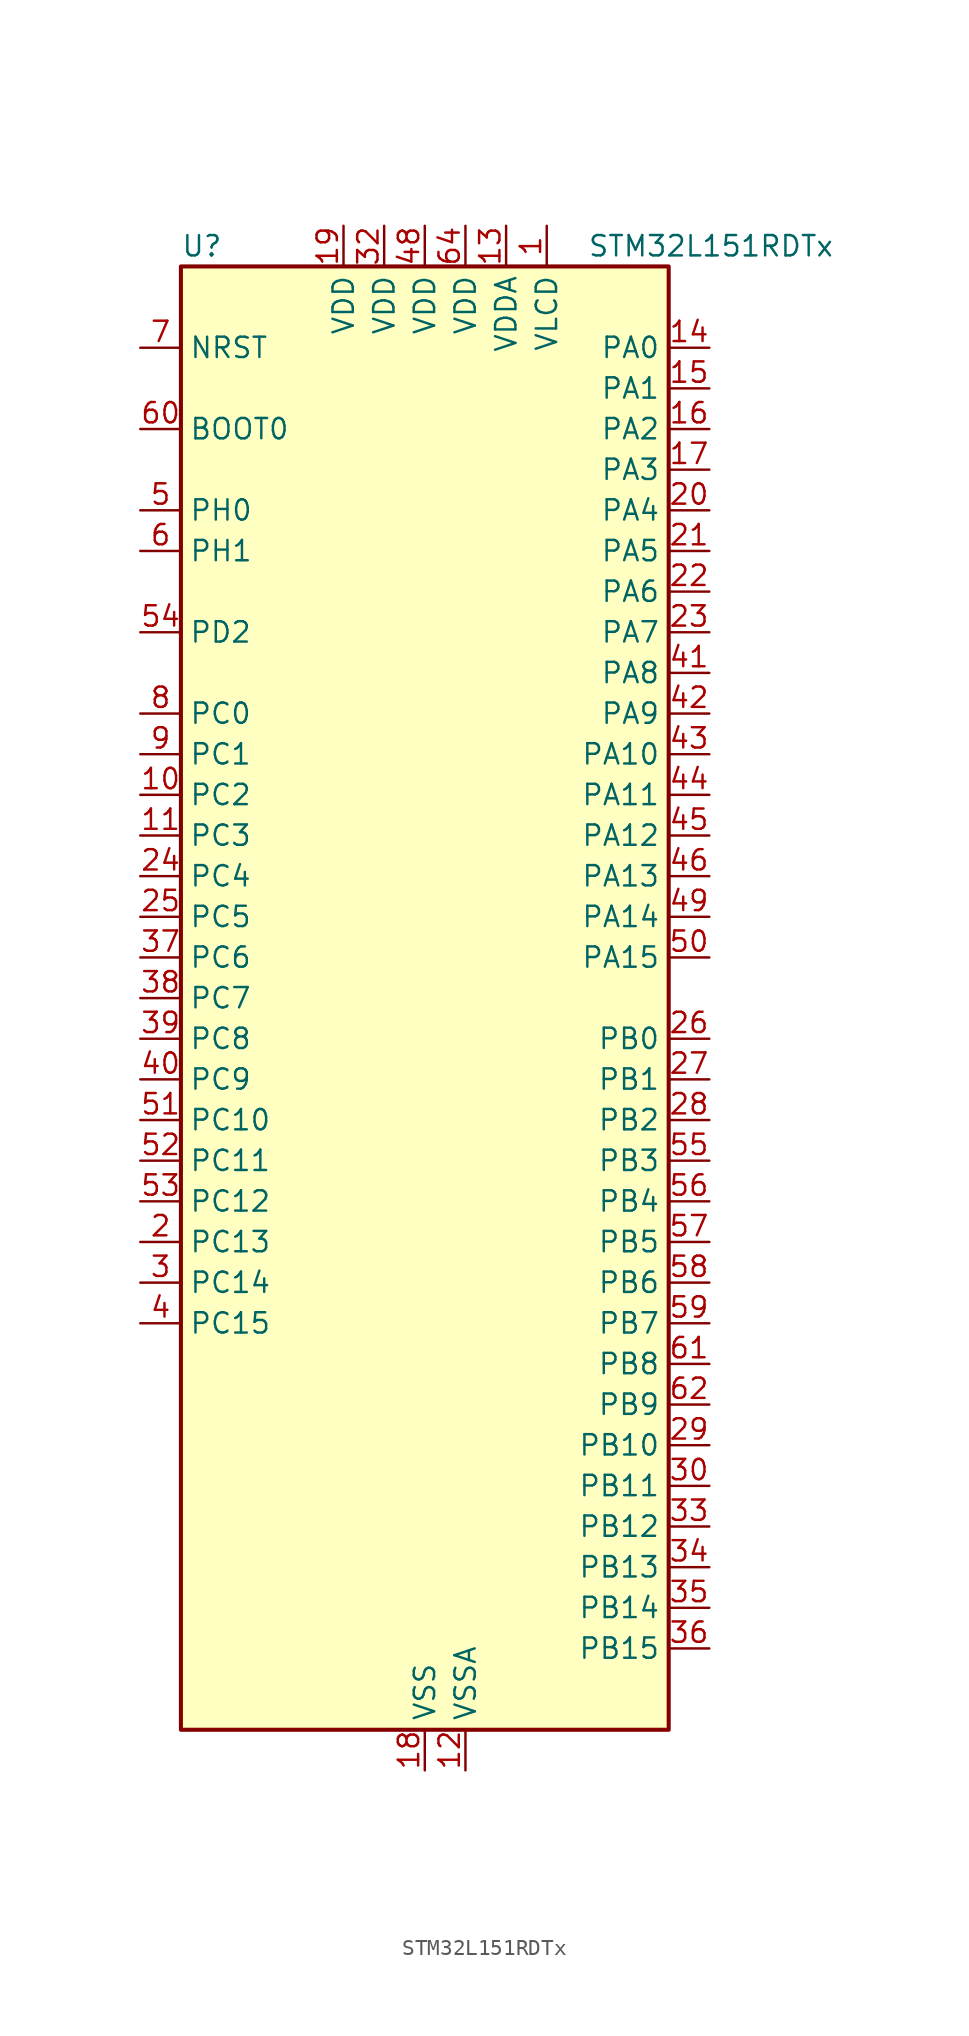
<source format=kicad_sym>
(kicad_symbol_lib
  (version 20241209)
  (generator "kicad_symbol_editor")
  (generator_version "9.0")
  (symbol "STM32L151RDTx"
    (property "Reference" "U"
      (at -15.24 46.99 0)
      (effects (font (size 1.27 1.27)) (justify left)))
    (property "Value" "STM32L151RDTx"
      (at 10.16 46.99 0)
      (effects (font (size 1.27 1.27)) (justify left)))
    (symbol "STM32L151RDTx_0_1"
      (rectangle (start -15.24 -45.72) (end 15.24 45.72) (stroke (width 0.254) (type default)) (fill (type background))))
    (symbol "STM32L151RDTx_1_1"
      (pin input line (at -17.78 40.64 0) (length 2.54) (name "NRST" (effects (font (size 1.27 1.27)))) (number "7" (effects (font (size 1.27 1.27)))))
      (pin input line (at -17.78 35.56 0) (length 2.54) (name "BOOT0" (effects (font (size 1.27 1.27)))) (number "60" (effects (font (size 1.27 1.27)))))
      (pin bidirectional line (at -17.78 30.48 0) (length 2.54) (name "PH0" (effects (font (size 1.27 1.27)))) (number "5" (effects (font (size 1.27 1.27)))) (alternate "RCC_OSC_IN" bidirectional line))
      (pin bidirectional line (at -17.78 27.94 0) (length 2.54) (name "PH1" (effects (font (size 1.27 1.27)))) (number "6" (effects (font (size 1.27 1.27)))) (alternate "RCC_OSC_OUT" bidirectional line))
      (pin bidirectional line (at -17.78 22.86 0) (length 2.54) (name "PD2" (effects (font (size 1.27 1.27)))) (number "54" (effects (font (size 1.27 1.27)))) (alternate "SDIO_CMD" bidirectional line) (alternate "TIM3_ETR" bidirectional line) (alternate "TIMX_IC3" bidirectional line) (alternate "UART5_RX" bidirectional line))
      (pin bidirectional line (at -17.78 17.78 0) (length 2.54) (name "PC0" (effects (font (size 1.27 1.27)))) (number "8" (effects (font (size 1.27 1.27)))) (alternate "ADC_IN10" bidirectional line) (alternate "COMP1_INP" bidirectional line) (alternate "TIMX_IC1" bidirectional line) (alternate "TS_G8_IO1" bidirectional line))
      (pin bidirectional line (at -17.78 15.24 0) (length 2.54) (name "PC1" (effects (font (size 1.27 1.27)))) (number "9" (effects (font (size 1.27 1.27)))) (alternate "ADC_IN11" bidirectional line) (alternate "COMP1_INP" bidirectional line) (alternate "OPAMP3_VINP" bidirectional line) (alternate "TIMX_IC2" bidirectional line) (alternate "TS_G8_IO2" bidirectional line))
      (pin bidirectional line (at -17.78 12.7 0) (length 2.54) (name "PC2" (effects (font (size 1.27 1.27)))) (number "10" (effects (font (size 1.27 1.27)))) (alternate "ADC_IN12" bidirectional line) (alternate "COMP1_INP" bidirectional line) (alternate "OPAMP3_VINM" bidirectional line) (alternate "TIMX_IC3" bidirectional line) (alternate "TS_G8_IO3" bidirectional line))
      (pin bidirectional line (at -17.78 10.16 0) (length 2.54) (name "PC3" (effects (font (size 1.27 1.27)))) (number "11" (effects (font (size 1.27 1.27)))) (alternate "ADC_IN13" bidirectional line) (alternate "COMP1_INP" bidirectional line) (alternate "OPAMP3_VOUT" bidirectional line) (alternate "TIMX_IC4" bidirectional line) (alternate "TS_G8_IO4" bidirectional line))
      (pin bidirectional line (at -17.78 7.62 0) (length 2.54) (name "PC4" (effects (font (size 1.27 1.27)))) (number "24" (effects (font (size 1.27 1.27)))) (alternate "ADC_IN14" bidirectional line) (alternate "COMP1_INP" bidirectional line) (alternate "TIMX_IC1" bidirectional line) (alternate "TS_G9_IO1" bidirectional line))
      (pin bidirectional line (at -17.78 5.08 0) (length 2.54) (name "PC5" (effects (font (size 1.27 1.27)))) (number "25" (effects (font (size 1.27 1.27)))) (alternate "ADC_IN15" bidirectional line) (alternate "COMP1_INP" bidirectional line) (alternate "TIMX_IC2" bidirectional line) (alternate "TS_G9_IO2" bidirectional line))
      (pin bidirectional line (at -17.78 2.54 0) (length 2.54) (name "PC6" (effects (font (size 1.27 1.27)))) (number "37" (effects (font (size 1.27 1.27)))) (alternate "I2S2_MCK" bidirectional line) (alternate "SDIO_D6" bidirectional line) (alternate "TIM3_CH1" bidirectional line) (alternate "TIMX_IC3" bidirectional line) (alternate "TS_G10_IO1" bidirectional line))
      (pin bidirectional line (at -17.78 0 0) (length 2.54) (name "PC7" (effects (font (size 1.27 1.27)))) (number "38" (effects (font (size 1.27 1.27)))) (alternate "I2S3_MCK" bidirectional line) (alternate "SDIO_D7" bidirectional line) (alternate "TIM3_CH2" bidirectional line) (alternate "TIMX_IC4" bidirectional line) (alternate "TS_G10_IO2" bidirectional line))
      (pin bidirectional line (at -17.78 -2.54 0) (length 2.54) (name "PC8" (effects (font (size 1.27 1.27)))) (number "39" (effects (font (size 1.27 1.27)))) (alternate "SDIO_D0" bidirectional line) (alternate "TIM3_CH3" bidirectional line) (alternate "TIMX_IC1" bidirectional line) (alternate "TS_G10_IO3" bidirectional line))
      (pin bidirectional line (at -17.78 -5.08 0) (length 2.54) (name "PC9" (effects (font (size 1.27 1.27)))) (number "40" (effects (font (size 1.27 1.27)))) (alternate "DAC_EXTI9" bidirectional line) (alternate "SDIO_D1" bidirectional line) (alternate "TIM3_CH4" bidirectional line) (alternate "TIMX_IC2" bidirectional line) (alternate "TS_G10_IO4" bidirectional line))
      (pin bidirectional line (at -17.78 -7.62 0) (length 2.54) (name "PC10" (effects (font (size 1.27 1.27)))) (number "51" (effects (font (size 1.27 1.27)))) (alternate "I2S3_CK" bidirectional line) (alternate "SDIO_D2" bidirectional line) (alternate "SPI3_SCK" bidirectional line) (alternate "TIMX_IC3" bidirectional line) (alternate "UART4_TX" bidirectional line) (alternate "USART3_TX" bidirectional line))
      (pin bidirectional line (at -17.78 -10.16 0) (length 2.54) (name "PC11" (effects (font (size 1.27 1.27)))) (number "52" (effects (font (size 1.27 1.27)))) (alternate "ADC_EXTI11" bidirectional line) (alternate "SDIO_D3" bidirectional line) (alternate "SPI3_MISO" bidirectional line) (alternate "TIMX_IC4" bidirectional line) (alternate "UART4_RX" bidirectional line) (alternate "USART3_RX" bidirectional line))
      (pin bidirectional line (at -17.78 -12.7 0) (length 2.54) (name "PC12" (effects (font (size 1.27 1.27)))) (number "53" (effects (font (size 1.27 1.27)))) (alternate "I2S3_SD" bidirectional line) (alternate "SDIO_CK" bidirectional line) (alternate "SPI3_MOSI" bidirectional line) (alternate "TIMX_IC1" bidirectional line) (alternate "UART5_TX" bidirectional line) (alternate "USART3_CK" bidirectional line))
      (pin bidirectional line (at -17.78 -15.24 0) (length 2.54) (name "PC13" (effects (font (size 1.27 1.27)))) (number "2" (effects (font (size 1.27 1.27)))) (alternate "RTC_OUT_ALARM" bidirectional line) (alternate "RTC_OUT_CALIB" bidirectional line) (alternate "RTC_TAMP1" bidirectional line) (alternate "RTC_TS" bidirectional line) (alternate "SYS_WKUP2" bidirectional line) (alternate "TIMX_IC2" bidirectional line))
      (pin bidirectional line (at -17.78 -17.78 0) (length 2.54) (name "PC14" (effects (font (size 1.27 1.27)))) (number "3" (effects (font (size 1.27 1.27)))) (alternate "RCC_OSC32_IN" bidirectional line) (alternate "TIMX_IC3" bidirectional line))
      (pin bidirectional line (at -17.78 -20.32 0) (length 2.54) (name "PC15" (effects (font (size 1.27 1.27)))) (number "4" (effects (font (size 1.27 1.27)))) (alternate "ADC_EXTI15" bidirectional line) (alternate "RCC_OSC32_OUT" bidirectional line) (alternate "TIMX_IC4" bidirectional line))
      (pin power_in line (at -5.08 48.26 270) (length 2.54) (name "VDD" (effects (font (size 1.27 1.27)))) (number "19" (effects (font (size 1.27 1.27)))))
      (pin power_in line (at -2.54 48.26 270) (length 2.54) (name "VDD" (effects (font (size 1.27 1.27)))) (number "32" (effects (font (size 1.27 1.27)))))
      (pin power_in line (at 0 48.26 270) (length 2.54) (name "VDD" (effects (font (size 1.27 1.27)))) (number "48" (effects (font (size 1.27 1.27)))))
      (pin power_in line (at 0 -48.26 90) (length 2.54) (name "VSS" (effects (font (size 1.27 1.27)))) (number "18" (effects (font (size 1.27 1.27)))))
      (pin passive line (at 0 -48.26 90) (length 2.54) (hide yes) (name "VSS" (effects (font (size 1.27 1.27)))) (number "31" (effects (font (size 1.27 1.27)))))
      (pin passive line (at 0 -48.26 90) (length 2.54) (hide yes) (name "VSS" (effects (font (size 1.27 1.27)))) (number "47" (effects (font (size 1.27 1.27)))))
      (pin passive line (at 0 -48.26 90) (length 2.54) (hide yes) (name "VSS" (effects (font (size 1.27 1.27)))) (number "63" (effects (font (size 1.27 1.27)))))
      (pin power_in line (at 2.54 48.26 270) (length 2.54) (name "VDD" (effects (font (size 1.27 1.27)))) (number "64" (effects (font (size 1.27 1.27)))))
      (pin power_in line (at 2.54 -48.26 90) (length 2.54) (name "VSSA" (effects (font (size 1.27 1.27)))) (number "12" (effects (font (size 1.27 1.27)))))
      (pin power_in line (at 5.08 48.26 270) (length 2.54) (name "VDDA" (effects (font (size 1.27 1.27)))) (number "13" (effects (font (size 1.27 1.27)))))
      (pin power_in line (at 7.62 48.26 270) (length 2.54) (name "VLCD" (effects (font (size 1.27 1.27)))) (number "1" (effects (font (size 1.27 1.27)))))
      (pin bidirectional line (at 17.78 40.64 180) (length 2.54) (name "PA0" (effects (font (size 1.27 1.27)))) (number "14" (effects (font (size 1.27 1.27)))) (alternate "ADC_IN0" bidirectional line) (alternate "COMP1_INP" bidirectional line) (alternate "RTC_TAMP2" bidirectional line) (alternate "SYS_WKUP1" bidirectional line) (alternate "TIM2_CH1" bidirectional line) (alternate "TIM2_ETR" bidirectional line) (alternate "TIM5_CH1" bidirectional line) (alternate "TIMX_IC1" bidirectional line) (alternate "TS_G1_IO1" bidirectional line) (alternate "USART2_CTS" bidirectional line))
      (pin bidirectional line (at 17.78 38.1 180) (length 2.54) (name "PA1" (effects (font (size 1.27 1.27)))) (number "15" (effects (font (size 1.27 1.27)))) (alternate "ADC_IN1" bidirectional line) (alternate "COMP1_INP" bidirectional line) (alternate "OPAMP1_VINP" bidirectional line) (alternate "TIM2_CH2" bidirectional line) (alternate "TIM5_CH2" bidirectional line) (alternate "TIMX_IC2" bidirectional line) (alternate "TS_G1_IO2" bidirectional line) (alternate "USART2_RTS" bidirectional line))
      (pin bidirectional line (at 17.78 35.56 180) (length 2.54) (name "PA2" (effects (font (size 1.27 1.27)))) (number "16" (effects (font (size 1.27 1.27)))) (alternate "ADC_IN2" bidirectional line) (alternate "COMP1_INP" bidirectional line) (alternate "OPAMP1_VINM" bidirectional line) (alternate "TIM2_CH3" bidirectional line) (alternate "TIM5_CH3" bidirectional line) (alternate "TIM9_CH1" bidirectional line) (alternate "TIMX_IC3" bidirectional line) (alternate "TS_G1_IO3" bidirectional line) (alternate "USART2_TX" bidirectional line))
      (pin bidirectional line (at 17.78 33.02 180) (length 2.54) (name "PA3" (effects (font (size 1.27 1.27)))) (number "17" (effects (font (size 1.27 1.27)))) (alternate "ADC_IN3" bidirectional line) (alternate "COMP1_INP" bidirectional line) (alternate "OPAMP1_VOUT" bidirectional line) (alternate "TIM2_CH4" bidirectional line) (alternate "TIM5_CH4" bidirectional line) (alternate "TIM9_CH2" bidirectional line) (alternate "TIMX_IC4" bidirectional line) (alternate "TS_G1_IO4" bidirectional line) (alternate "USART2_RX" bidirectional line))
      (pin bidirectional line (at 17.78 30.48 180) (length 2.54) (name "PA4" (effects (font (size 1.27 1.27)))) (number "20" (effects (font (size 1.27 1.27)))) (alternate "ADC_IN4" bidirectional line) (alternate "COMP1_INP" bidirectional line) (alternate "DAC_OUT1" bidirectional line) (alternate "I2S3_WS" bidirectional line) (alternate "SPI1_NSS" bidirectional line) (alternate "SPI3_NSS" bidirectional line) (alternate "TIMX_IC1" bidirectional line) (alternate "USART2_CK" bidirectional line))
      (pin bidirectional line (at 17.78 27.94 180) (length 2.54) (name "PA5" (effects (font (size 1.27 1.27)))) (number "21" (effects (font (size 1.27 1.27)))) (alternate "ADC_IN5" bidirectional line) (alternate "COMP1_INP" bidirectional line) (alternate "DAC_OUT2" bidirectional line) (alternate "SPI1_SCK" bidirectional line) (alternate "TIM2_CH1" bidirectional line) (alternate "TIM2_ETR" bidirectional line) (alternate "TIMX_IC2" bidirectional line))
      (pin bidirectional line (at 17.78 25.4 180) (length 2.54) (name "PA6" (effects (font (size 1.27 1.27)))) (number "22" (effects (font (size 1.27 1.27)))) (alternate "ADC_IN6" bidirectional line) (alternate "COMP1_INP" bidirectional line) (alternate "OPAMP2_VINP" bidirectional line) (alternate "SPI1_MISO" bidirectional line) (alternate "TIM10_CH1" bidirectional line) (alternate "TIM3_CH1" bidirectional line) (alternate "TIMX_IC3" bidirectional line) (alternate "TS_G2_IO1" bidirectional line))
      (pin bidirectional line (at 17.78 22.86 180) (length 2.54) (name "PA7" (effects (font (size 1.27 1.27)))) (number "23" (effects (font (size 1.27 1.27)))) (alternate "ADC_IN7" bidirectional line) (alternate "COMP1_INP" bidirectional line) (alternate "OPAMP2_VINM" bidirectional line) (alternate "SPI1_MOSI" bidirectional line) (alternate "TIM11_CH1" bidirectional line) (alternate "TIM3_CH2" bidirectional line) (alternate "TIMX_IC4" bidirectional line) (alternate "TS_G2_IO2" bidirectional line))
      (pin bidirectional line (at 17.78 20.32 180) (length 2.54) (name "PA8" (effects (font (size 1.27 1.27)))) (number "41" (effects (font (size 1.27 1.27)))) (alternate "RCC_MCO" bidirectional line) (alternate "TIMX_IC1" bidirectional line) (alternate "TS_G4_IO1" bidirectional line) (alternate "USART1_CK" bidirectional line))
      (pin bidirectional line (at 17.78 17.78 180) (length 2.54) (name "PA9" (effects (font (size 1.27 1.27)))) (number "42" (effects (font (size 1.27 1.27)))) (alternate "DAC_EXTI9" bidirectional line) (alternate "TIMX_IC2" bidirectional line) (alternate "TS_G4_IO2" bidirectional line) (alternate "USART1_TX" bidirectional line))
      (pin bidirectional line (at 17.78 15.24 180) (length 2.54) (name "PA10" (effects (font (size 1.27 1.27)))) (number "43" (effects (font (size 1.27 1.27)))) (alternate "TIMX_IC3" bidirectional line) (alternate "TS_G4_IO3" bidirectional line) (alternate "USART1_RX" bidirectional line))
      (pin bidirectional line (at 17.78 12.7 180) (length 2.54) (name "PA11" (effects (font (size 1.27 1.27)))) (number "44" (effects (font (size 1.27 1.27)))) (alternate "ADC_EXTI11" bidirectional line) (alternate "SPI1_MISO" bidirectional line) (alternate "TIMX_IC4" bidirectional line) (alternate "USART1_CTS" bidirectional line) (alternate "USB_DM" bidirectional line))
      (pin bidirectional line (at 17.78 10.16 180) (length 2.54) (name "PA12" (effects (font (size 1.27 1.27)))) (number "45" (effects (font (size 1.27 1.27)))) (alternate "SPI1_MOSI" bidirectional line) (alternate "TIMX_IC1" bidirectional line) (alternate "USART1_RTS" bidirectional line) (alternate "USB_DP" bidirectional line))
      (pin bidirectional line (at 17.78 7.62 180) (length 2.54) (name "PA13" (effects (font (size 1.27 1.27)))) (number "46" (effects (font (size 1.27 1.27)))) (alternate "SYS_JTMS-SWDIO" bidirectional line) (alternate "TIMX_IC2" bidirectional line) (alternate "TS_G5_IO1" bidirectional line))
      (pin bidirectional line (at 17.78 5.08 180) (length 2.54) (name "PA14" (effects (font (size 1.27 1.27)))) (number "49" (effects (font (size 1.27 1.27)))) (alternate "SYS_JTCK-SWCLK" bidirectional line) (alternate "TIMX_IC3" bidirectional line) (alternate "TS_G5_IO2" bidirectional line))
      (pin bidirectional line (at 17.78 2.54 180) (length 2.54) (name "PA15" (effects (font (size 1.27 1.27)))) (number "50" (effects (font (size 1.27 1.27)))) (alternate "ADC_EXTI15" bidirectional line) (alternate "I2S3_WS" bidirectional line) (alternate "SPI1_NSS" bidirectional line) (alternate "SPI3_NSS" bidirectional line) (alternate "SYS_JTDI" bidirectional line) (alternate "TIM2_CH1" bidirectional line) (alternate "TIM2_ETR" bidirectional line) (alternate "TIMX_IC4" bidirectional line) (alternate "TS_G5_IO3" bidirectional line))
      (pin bidirectional line (at 17.78 -2.54 180) (length 2.54) (name "PB0" (effects (font (size 1.27 1.27)))) (number "26" (effects (font (size 1.27 1.27)))) (alternate "ADC_IN8" bidirectional line) (alternate "COMP1_INP" bidirectional line) (alternate "OPAMP2_VOUT" bidirectional line) (alternate "SYS_V_REF_OUT" bidirectional line) (alternate "TIM3_CH3" bidirectional line) (alternate "TS_G3_IO1" bidirectional line))
      (pin bidirectional line (at 17.78 -5.08 180) (length 2.54) (name "PB1" (effects (font (size 1.27 1.27)))) (number "27" (effects (font (size 1.27 1.27)))) (alternate "ADC_IN9" bidirectional line) (alternate "COMP1_INP" bidirectional line) (alternate "SYS_V_REF_OUT" bidirectional line) (alternate "TIM3_CH4" bidirectional line) (alternate "TS_G3_IO2" bidirectional line))
      (pin bidirectional line (at 17.78 -7.62 180) (length 2.54) (name "PB2" (effects (font (size 1.27 1.27)))) (number "28" (effects (font (size 1.27 1.27)))) (alternate "TS_G3_IO3" bidirectional line))
      (pin bidirectional line (at 17.78 -10.16 180) (length 2.54) (name "PB3" (effects (font (size 1.27 1.27)))) (number "55" (effects (font (size 1.27 1.27)))) (alternate "COMP2_INM" bidirectional line) (alternate "I2S3_CK" bidirectional line) (alternate "SPI1_SCK" bidirectional line) (alternate "SPI3_SCK" bidirectional line) (alternate "SYS_JTDO-TRACESWO" bidirectional line) (alternate "TIM2_CH2" bidirectional line))
      (pin bidirectional line (at 17.78 -12.7 180) (length 2.54) (name "PB4" (effects (font (size 1.27 1.27)))) (number "56" (effects (font (size 1.27 1.27)))) (alternate "COMP2_INP" bidirectional line) (alternate "SPI1_MISO" bidirectional line) (alternate "SPI3_MISO" bidirectional line) (alternate "SYS_JTRST" bidirectional line) (alternate "TIM3_CH1" bidirectional line) (alternate "TS_G6_IO1" bidirectional line))
      (pin bidirectional line (at 17.78 -15.24 180) (length 2.54) (name "PB5" (effects (font (size 1.27 1.27)))) (number "57" (effects (font (size 1.27 1.27)))) (alternate "COMP2_INP" bidirectional line) (alternate "I2C1_SMBA" bidirectional line) (alternate "I2S3_SD" bidirectional line) (alternate "SPI1_MOSI" bidirectional line) (alternate "SPI3_MOSI" bidirectional line) (alternate "TIM3_CH2" bidirectional line) (alternate "TS_G6_IO2" bidirectional line))
      (pin bidirectional line (at 17.78 -17.78 180) (length 2.54) (name "PB6" (effects (font (size 1.27 1.27)))) (number "58" (effects (font (size 1.27 1.27)))) (alternate "COMP2_INP" bidirectional line) (alternate "I2C1_SCL" bidirectional line) (alternate "TIM4_CH1" bidirectional line) (alternate "TS_G6_IO3" bidirectional line) (alternate "USART1_TX" bidirectional line))
      (pin bidirectional line (at 17.78 -20.32 180) (length 2.54) (name "PB7" (effects (font (size 1.27 1.27)))) (number "59" (effects (font (size 1.27 1.27)))) (alternate "COMP2_INP" bidirectional line) (alternate "I2C1_SDA" bidirectional line) (alternate "SYS_PVD_IN" bidirectional line) (alternate "TIM4_CH2" bidirectional line) (alternate "TS_G6_IO4" bidirectional line) (alternate "USART1_RX" bidirectional line))
      (pin bidirectional line (at 17.78 -22.86 180) (length 2.54) (name "PB8" (effects (font (size 1.27 1.27)))) (number "61" (effects (font (size 1.27 1.27)))) (alternate "I2C1_SCL" bidirectional line) (alternate "SDIO_D4" bidirectional line) (alternate "TIM10_CH1" bidirectional line) (alternate "TIM4_CH3" bidirectional line))
      (pin bidirectional line (at 17.78 -25.4 180) (length 2.54) (name "PB9" (effects (font (size 1.27 1.27)))) (number "62" (effects (font (size 1.27 1.27)))) (alternate "DAC_EXTI9" bidirectional line) (alternate "I2C1_SDA" bidirectional line) (alternate "SDIO_D5" bidirectional line) (alternate "TIM11_CH1" bidirectional line) (alternate "TIM4_CH4" bidirectional line))
      (pin bidirectional line (at 17.78 -27.94 180) (length 2.54) (name "PB10" (effects (font (size 1.27 1.27)))) (number "29" (effects (font (size 1.27 1.27)))) (alternate "I2C2_SCL" bidirectional line) (alternate "TIM2_CH3" bidirectional line) (alternate "USART3_TX" bidirectional line))
      (pin bidirectional line (at 17.78 -30.48 180) (length 2.54) (name "PB11" (effects (font (size 1.27 1.27)))) (number "30" (effects (font (size 1.27 1.27)))) (alternate "ADC_EXTI11" bidirectional line) (alternate "I2C2_SDA" bidirectional line) (alternate "TIM2_CH4" bidirectional line) (alternate "USART3_RX" bidirectional line))
      (pin bidirectional line (at 17.78 -33.02 180) (length 2.54) (name "PB12" (effects (font (size 1.27 1.27)))) (number "33" (effects (font (size 1.27 1.27)))) (alternate "ADC_IN18" bidirectional line) (alternate "COMP1_INP" bidirectional line) (alternate "I2C2_SMBA" bidirectional line) (alternate "I2S2_WS" bidirectional line) (alternate "SPI2_NSS" bidirectional line) (alternate "TIM10_CH1" bidirectional line) (alternate "TS_G7_IO1" bidirectional line) (alternate "USART3_CK" bidirectional line))
      (pin bidirectional line (at 17.78 -35.56 180) (length 2.54) (name "PB13" (effects (font (size 1.27 1.27)))) (number "34" (effects (font (size 1.27 1.27)))) (alternate "ADC_IN19" bidirectional line) (alternate "COMP1_INP" bidirectional line) (alternate "I2S2_CK" bidirectional line) (alternate "SPI2_SCK" bidirectional line) (alternate "TIM9_CH1" bidirectional line) (alternate "TS_G7_IO2" bidirectional line) (alternate "USART3_CTS" bidirectional line))
      (pin bidirectional line (at 17.78 -38.1 180) (length 2.54) (name "PB14" (effects (font (size 1.27 1.27)))) (number "35" (effects (font (size 1.27 1.27)))) (alternate "ADC_IN20" bidirectional line) (alternate "COMP1_INP" bidirectional line) (alternate "SPI2_MISO" bidirectional line) (alternate "TIM9_CH2" bidirectional line) (alternate "TS_G7_IO3" bidirectional line) (alternate "USART3_RTS" bidirectional line))
      (pin bidirectional line (at 17.78 -40.64 180) (length 2.54) (name "PB15" (effects (font (size 1.27 1.27)))) (number "36" (effects (font (size 1.27 1.27)))) (alternate "ADC_EXTI15" bidirectional line) (alternate "ADC_IN21" bidirectional line) (alternate "COMP1_INP" bidirectional line) (alternate "I2S2_SD" bidirectional line) (alternate "RTC_REFIN" bidirectional line) (alternate "SPI2_MOSI" bidirectional line) (alternate "TIM11_CH1" bidirectional line) (alternate "TS_G7_IO4" bidirectional line)))))
</source>
